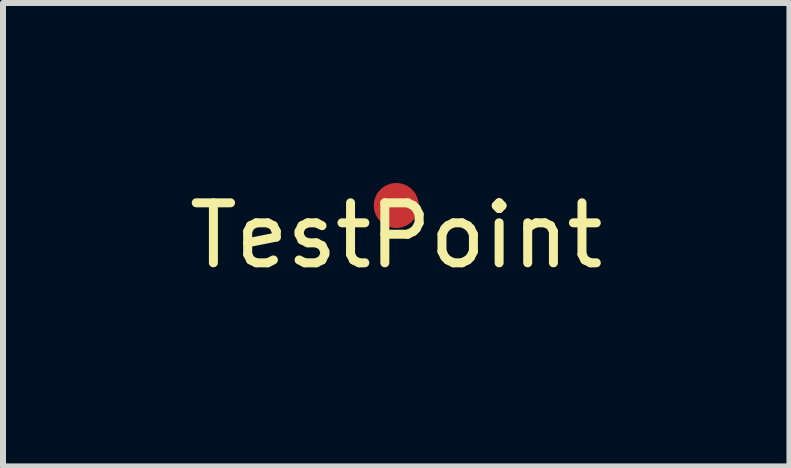
<source format=kicad_pcb>
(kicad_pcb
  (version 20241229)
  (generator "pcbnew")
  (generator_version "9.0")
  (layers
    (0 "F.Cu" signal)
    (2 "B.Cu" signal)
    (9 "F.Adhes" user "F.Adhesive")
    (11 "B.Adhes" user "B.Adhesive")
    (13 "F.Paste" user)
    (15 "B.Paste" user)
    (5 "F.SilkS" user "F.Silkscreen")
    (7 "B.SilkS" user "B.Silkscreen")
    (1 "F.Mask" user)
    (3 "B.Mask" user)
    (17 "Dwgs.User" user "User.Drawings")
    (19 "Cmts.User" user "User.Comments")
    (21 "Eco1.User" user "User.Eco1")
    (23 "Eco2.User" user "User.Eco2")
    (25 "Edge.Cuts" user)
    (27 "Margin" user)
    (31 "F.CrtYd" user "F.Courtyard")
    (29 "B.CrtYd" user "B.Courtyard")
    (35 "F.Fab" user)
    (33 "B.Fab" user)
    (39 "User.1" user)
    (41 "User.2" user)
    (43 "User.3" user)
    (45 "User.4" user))
  (footprint "TestPoint"
    (layer "F.Cu")
    (at 3.554 0.375)
    (property "Reference" "TestPoint" (at 0 0.5 0) (layer "F.SilkS") (effects (font (size 1 1) (thickness 0.15))))
    (attr through_hole)
    (pad "1" smd circle (at 0 0) (size 0.75 0.75) (layers "F.Cu" "F.Mask" "F.Paste")))
  (gr_rect
    (start -3 -3)
    (end 10.107 4.723)
    (stroke (width 0.1) (type default))
    (fill no)
    (layer "Edge.Cuts")))
</source>
